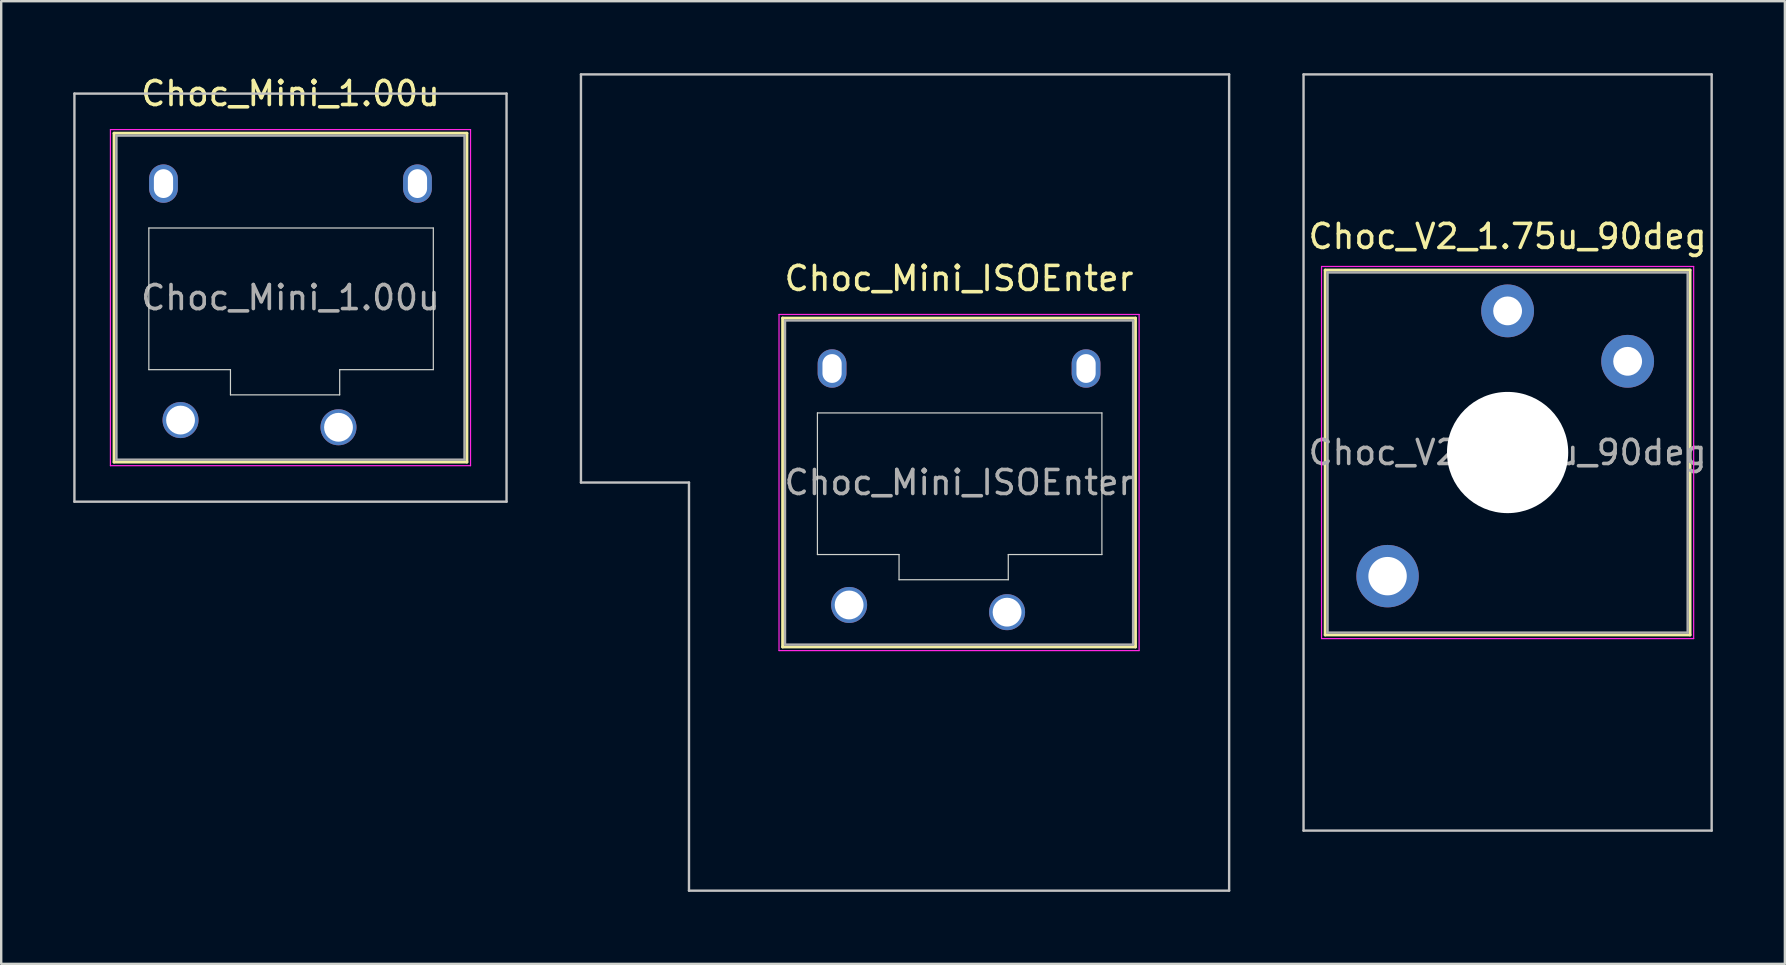
<source format=kicad_pcb>
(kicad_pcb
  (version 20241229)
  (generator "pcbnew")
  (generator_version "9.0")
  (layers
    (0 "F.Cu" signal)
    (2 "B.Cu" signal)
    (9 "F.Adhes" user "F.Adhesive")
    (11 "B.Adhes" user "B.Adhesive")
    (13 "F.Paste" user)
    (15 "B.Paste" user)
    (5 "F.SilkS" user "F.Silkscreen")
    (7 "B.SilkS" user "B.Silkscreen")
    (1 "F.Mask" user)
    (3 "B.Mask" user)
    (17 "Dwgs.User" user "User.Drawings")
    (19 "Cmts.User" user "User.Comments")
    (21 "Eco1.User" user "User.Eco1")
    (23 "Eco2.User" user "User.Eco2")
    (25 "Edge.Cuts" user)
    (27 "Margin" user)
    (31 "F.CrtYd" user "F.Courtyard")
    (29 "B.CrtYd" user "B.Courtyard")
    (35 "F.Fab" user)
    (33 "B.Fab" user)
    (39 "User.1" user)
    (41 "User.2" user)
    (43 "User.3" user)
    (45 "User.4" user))
  (footprint "Choc_V2_1.75u_90deg"
    (layer "F.Cu")
    (at 59.75 15.8)
    (property "Reference" "Choc_V2_1.75u_90deg" (at 0 -9 0) (layer "F.SilkS") (effects (font (size 1 1) (thickness 0.15))))
    (attr through_hole)
    (fp_line (start -7.6 -7.6) (end -7.6 7.6) (stroke (width 0.12) (type solid)) (layer "F.SilkS"))
    (fp_line (start -7.6 7.6) (end 7.6 7.6) (stroke (width 0.12) (type solid)) (layer "F.SilkS"))
    (fp_line (start 7.6 -7.6) (end -7.6 -7.6) (stroke (width 0.12) (type solid)) (layer "F.SilkS"))
    (fp_line (start 7.6 7.6) (end 7.6 -7.6) (stroke (width 0.12) (type solid)) (layer "F.SilkS"))
    (fp_line (start -8.5 -15.75) (end 8.5 -15.75) (stroke (width 0.1) (type solid)) (layer "Dwgs.User"))
    (fp_line (start -8.5 15.75) (end -8.5 -15.75) (stroke (width 0.1) (type solid)) (layer "Dwgs.User"))
    (fp_line (start 8.5 -15.75) (end 8.5 15.75) (stroke (width 0.1) (type solid)) (layer "Dwgs.User"))
    (fp_line (start 8.5 15.75) (end -8.5 15.75) (stroke (width 0.1) (type solid)) (layer "Dwgs.User"))
    (fp_line (start -7.25 -7.25) (end -7.25 7.25) (stroke (width 0.1) (type solid)) (layer "Eco1.User"))
    (fp_line (start -7.25 7.25) (end 7.25 7.25) (stroke (width 0.1) (type solid)) (layer "Eco1.User"))
    (fp_line (start 7.25 -7.25) (end -7.25 -7.25) (stroke (width 0.1) (type solid)) (layer "Eco1.User"))
    (fp_line (start 7.25 7.25) (end 7.25 -7.25) (stroke (width 0.1) (type solid)) (layer "Eco1.User"))
    (fp_line (start -7.75 -7.75) (end -7.75 7.75) (stroke (width 0.05) (type solid)) (layer "F.CrtYd"))
    (fp_line (start -7.75 7.75) (end 7.75 7.75) (stroke (width 0.05) (type solid)) (layer "F.CrtYd"))
    (fp_line (start 7.75 -7.75) (end -7.75 -7.75) (stroke (width 0.05) (type solid)) (layer "F.CrtYd"))
    (fp_line (start 7.75 7.75) (end 7.75 -7.75) (stroke (width 0.05) (type solid)) (layer "F.CrtYd"))
    (fp_line (start -7.5 -7.5) (end -7.5 7.5) (stroke (width 0.1) (type solid)) (layer "F.Fab"))
    (fp_line (start -7.5 7.5) (end 7.5 7.5) (stroke (width 0.1) (type solid)) (layer "F.Fab"))
    (fp_line (start 7.5 -7.5) (end -7.5 -7.5) (stroke (width 0.1) (type solid)) (layer "F.Fab"))
    (fp_line (start 7.5 7.5) (end 7.5 -7.5) (stroke (width 0.1) (type solid)) (layer "F.Fab"))
    (fp_text user "${REFERENCE}" (at 0 0 0) (layer "F.Fab") (effects (font (size 1 1) (thickness 0.15))))
    (pad "" thru_hole circle (at -5 5.15) (size 2.6 2.6) (drill 1.6) (layers "*.Cu" "*.Mask"))
    (pad "" np_thru_hole circle (at 0 0) (size 5.05 5.05) (drill 5.05) (layers "*.Cu" "*.Mask"))
    (pad "1" thru_hole circle (at 0 -5.9) (size 2.2 2.2) (drill 1.2) (layers "*.Cu" "*.Mask"))
    (pad "2" thru_hole circle (at 5 -3.8) (size 2.2 2.2) (drill 1.2) (layers "*.Cu" "*.Mask")))
  (footprint "Choc_Mini_ISOEnter"
    (layer "F.Cu")
    (at 36.9 17.05)
    (property "Reference" "Choc_Mini_ISOEnter" (at 0 -8.5 0) (layer "F.SilkS") (effects (font (size 1 1) (thickness 0.15))))
    (attr through_hole)
    (fp_line (start -7.35 -6.85) (end -7.35 6.85) (stroke (width 0.12) (type solid)) (layer "F.SilkS"))
    (fp_line (start -7.35 6.85) (end 7.35 6.85) (stroke (width 0.12) (type solid)) (layer "F.SilkS"))
    (fp_line (start 7.35 -6.85) (end -7.35 -6.85) (stroke (width 0.12) (type solid)) (layer "F.SilkS"))
    (fp_line (start 7.35 6.85) (end 7.35 -6.85) (stroke (width 0.12) (type solid)) (layer "F.SilkS"))
    (fp_line (start -15.75 -17) (end -15.75 0) (stroke (width 0.1) (type solid)) (layer "Dwgs.User"))
    (fp_line (start -15.75 0) (end -11.25 0) (stroke (width 0.1) (type solid)) (layer "Dwgs.User"))
    (fp_line (start -11.25 0) (end -11.25 17) (stroke (width 0.1) (type solid)) (layer "Dwgs.User"))
    (fp_line (start -11.25 17) (end 11.25 17) (stroke (width 0.1) (type solid)) (layer "Dwgs.User"))
    (fp_line (start 11.25 -17) (end -15.75 -17) (stroke (width 0.1) (type solid)) (layer "Dwgs.User"))
    (fp_line (start 11.25 17) (end 11.25 -17) (stroke (width 0.1) (type solid)) (layer "Dwgs.User"))
    (fp_line (start -6.85 -6.35) (end -6.85 6.35) (stroke (width 0.1) (type solid)) (layer "Eco1.User"))
    (fp_line (start -6.85 6.35) (end 6.85 6.35) (stroke (width 0.1) (type solid)) (layer "Eco1.User"))
    (fp_line (start 6.85 -6.35) (end -6.85 -6.35) (stroke (width 0.1) (type solid)) (layer "Eco1.User"))
    (fp_line (start 6.85 6.35) (end 6.85 -6.35) (stroke (width 0.1) (type solid)) (layer "Eco1.User"))
    (fp_line (start -5.9 -2.9) (end -5.9 3) (stroke (width 0.05) (type solid)) (layer "Edge.Cuts"))
    (fp_line (start -5.9 3) (end -2.5 3) (stroke (width 0.05) (type solid)) (layer "Edge.Cuts"))
    (fp_line (start -2.5 3) (end -2.5 4.05) (stroke (width 0.05) (type solid)) (layer "Edge.Cuts"))
    (fp_line (start -2.5 4.05) (end 2.05 4.05) (stroke (width 0.05) (type solid)) (layer "Edge.Cuts"))
    (fp_line (start 2.05 3) (end 5.95 3) (stroke (width 0.05) (type solid)) (layer "Edge.Cuts"))
    (fp_line (start 2.05 4.05) (end 2.05 3) (stroke (width 0.05) (type solid)) (layer "Edge.Cuts"))
    (fp_line (start 5.95 -2.9) (end -5.9 -2.9) (stroke (width 0.05) (type solid)) (layer "Edge.Cuts"))
    (fp_line (start 5.95 3) (end 5.95 -2.9) (stroke (width 0.05) (type solid)) (layer "Edge.Cuts"))
    (fp_line (start -7.5 -7) (end -7.5 7) (stroke (width 0.05) (type solid)) (layer "F.CrtYd"))
    (fp_line (start -7.5 7) (end 7.5 7) (stroke (width 0.05) (type solid)) (layer "F.CrtYd"))
    (fp_line (start 7.5 -7) (end -7.5 -7) (stroke (width 0.05) (type solid)) (layer "F.CrtYd"))
    (fp_line (start 7.5 7) (end 7.5 -7) (stroke (width 0.05) (type solid)) (layer "F.CrtYd"))
    (fp_line (start -7.25 -6.75) (end -7.25 6.75) (stroke (width 0.1) (type solid)) (layer "F.Fab"))
    (fp_line (start -7.25 6.75) (end 7.25 6.75) (stroke (width 0.1) (type solid)) (layer "F.Fab"))
    (fp_line (start 7.25 -6.75) (end -7.25 -6.75) (stroke (width 0.1) (type solid)) (layer "F.Fab"))
    (fp_line (start 7.25 6.75) (end 7.25 -6.75) (stroke (width 0.1) (type solid)) (layer "F.Fab"))
    (fp_text user "${REFERENCE}" (at 0 0 0) (layer "F.Fab") (effects (font (size 1 1) (thickness 0.15))))
    (pad "" np_thru_hole oval (at -5.29 -4.75) (size 1.2 1.6) (drill oval 0.8 1.2) (layers "*.Cu" "*.Mask"))
    (pad "" np_thru_hole oval (at 5.29 -4.75) (size 1.2 1.6) (drill oval 0.8 1.2) (layers "*.Cu" "*.Mask"))
    (pad "1" thru_hole circle (at 2 5.4) (size 1.5 1.5) (drill 1.2) (layers "*.Cu" "*.Mask"))
    (pad "2" thru_hole circle (at -4.58 5.1) (size 1.5 1.5) (drill 1.2) (layers "*.Cu" "*.Mask")))
  (footprint "Choc_Mini_1.00u"
    (layer "F.Cu")
    (at 9.05 9.348)
    (property "Reference" "Choc_Mini_1.00u" (at 0 -8.5 0) (layer "F.SilkS") (effects (font (size 1 1) (thickness 0.15))))
    (attr through_hole)
    (fp_line (start -7.35 -6.85) (end -7.35 6.85) (stroke (width 0.12) (type solid)) (layer "F.SilkS"))
    (fp_line (start -7.35 6.85) (end 7.35 6.85) (stroke (width 0.12) (type solid)) (layer "F.SilkS"))
    (fp_line (start 7.35 -6.85) (end -7.35 -6.85) (stroke (width 0.12) (type solid)) (layer "F.SilkS"))
    (fp_line (start 7.35 6.85) (end 7.35 -6.85) (stroke (width 0.12) (type solid)) (layer "F.SilkS"))
    (fp_line (start -9 -8.5) (end -9 8.5) (stroke (width 0.1) (type solid)) (layer "Dwgs.User"))
    (fp_line (start -9 8.5) (end 9 8.5) (stroke (width 0.1) (type solid)) (layer "Dwgs.User"))
    (fp_line (start 9 -8.5) (end -9 -8.5) (stroke (width 0.1) (type solid)) (layer "Dwgs.User"))
    (fp_line (start 9 8.5) (end 9 -8.5) (stroke (width 0.1) (type solid)) (layer "Dwgs.User"))
    (fp_line (start -6.85 -6.35) (end -6.85 6.35) (stroke (width 0.1) (type solid)) (layer "Eco1.User"))
    (fp_line (start -6.85 6.35) (end 6.85 6.35) (stroke (width 0.1) (type solid)) (layer "Eco1.User"))
    (fp_line (start 6.85 -6.35) (end -6.85 -6.35) (stroke (width 0.1) (type solid)) (layer "Eco1.User"))
    (fp_line (start 6.85 6.35) (end 6.85 -6.35) (stroke (width 0.1) (type solid)) (layer "Eco1.User"))
    (fp_line (start -5.9 -2.9) (end -5.9 3) (stroke (width 0.05) (type solid)) (layer "Edge.Cuts"))
    (fp_line (start -5.9 3) (end -2.5 3) (stroke (width 0.05) (type solid)) (layer "Edge.Cuts"))
    (fp_line (start -2.5 3) (end -2.5 4.05) (stroke (width 0.05) (type solid)) (layer "Edge.Cuts"))
    (fp_line (start -2.5 4.05) (end 2.05 4.05) (stroke (width 0.05) (type solid)) (layer "Edge.Cuts"))
    (fp_line (start 2.05 3) (end 5.95 3) (stroke (width 0.05) (type solid)) (layer "Edge.Cuts"))
    (fp_line (start 2.05 4.05) (end 2.05 3) (stroke (width 0.05) (type solid)) (layer "Edge.Cuts"))
    (fp_line (start 5.95 -2.9) (end -5.9 -2.9) (stroke (width 0.05) (type solid)) (layer "Edge.Cuts"))
    (fp_line (start 5.95 3) (end 5.95 -2.9) (stroke (width 0.05) (type solid)) (layer "Edge.Cuts"))
    (fp_line (start -7.5 -7) (end -7.5 7) (stroke (width 0.05) (type solid)) (layer "F.CrtYd"))
    (fp_line (start -7.5 7) (end 7.5 7) (stroke (width 0.05) (type solid)) (layer "F.CrtYd"))
    (fp_line (start 7.5 -7) (end -7.5 -7) (stroke (width 0.05) (type solid)) (layer "F.CrtYd"))
    (fp_line (start 7.5 7) (end 7.5 -7) (stroke (width 0.05) (type solid)) (layer "F.CrtYd"))
    (fp_line (start -7.25 -6.75) (end -7.25 6.75) (stroke (width 0.1) (type solid)) (layer "F.Fab"))
    (fp_line (start -7.25 6.75) (end 7.25 6.75) (stroke (width 0.1) (type solid)) (layer "F.Fab"))
    (fp_line (start 7.25 -6.75) (end -7.25 -6.75) (stroke (width 0.1) (type solid)) (layer "F.Fab"))
    (fp_line (start 7.25 6.75) (end 7.25 -6.75) (stroke (width 0.1) (type solid)) (layer "F.Fab"))
    (fp_text user "${REFERENCE}" (at 0 0 0) (layer "F.Fab") (effects (font (size 1 1) (thickness 0.15))))
    (pad "" np_thru_hole oval (at -5.29 -4.75) (size 1.2 1.6) (drill oval 0.8 1.2) (layers "*.Cu" "*.Mask"))
    (pad "" np_thru_hole oval (at 5.29 -4.75) (size 1.2 1.6) (drill oval 0.8 1.2) (layers "*.Cu" "*.Mask"))
    (pad "1" thru_hole circle (at 2 5.4) (size 1.5 1.5) (drill 1.2) (layers "*.Cu" "*.Mask"))
    (pad "2" thru_hole circle (at -4.58 5.1) (size 1.5 1.5) (drill 1.2) (layers "*.Cu" "*.Mask")))
  (gr_rect
    (start -3 -3)
    (end 71.3 37.1)
    (stroke (width 0.1) (type default))
    (fill no)
    (layer "Edge.Cuts")))
</source>
